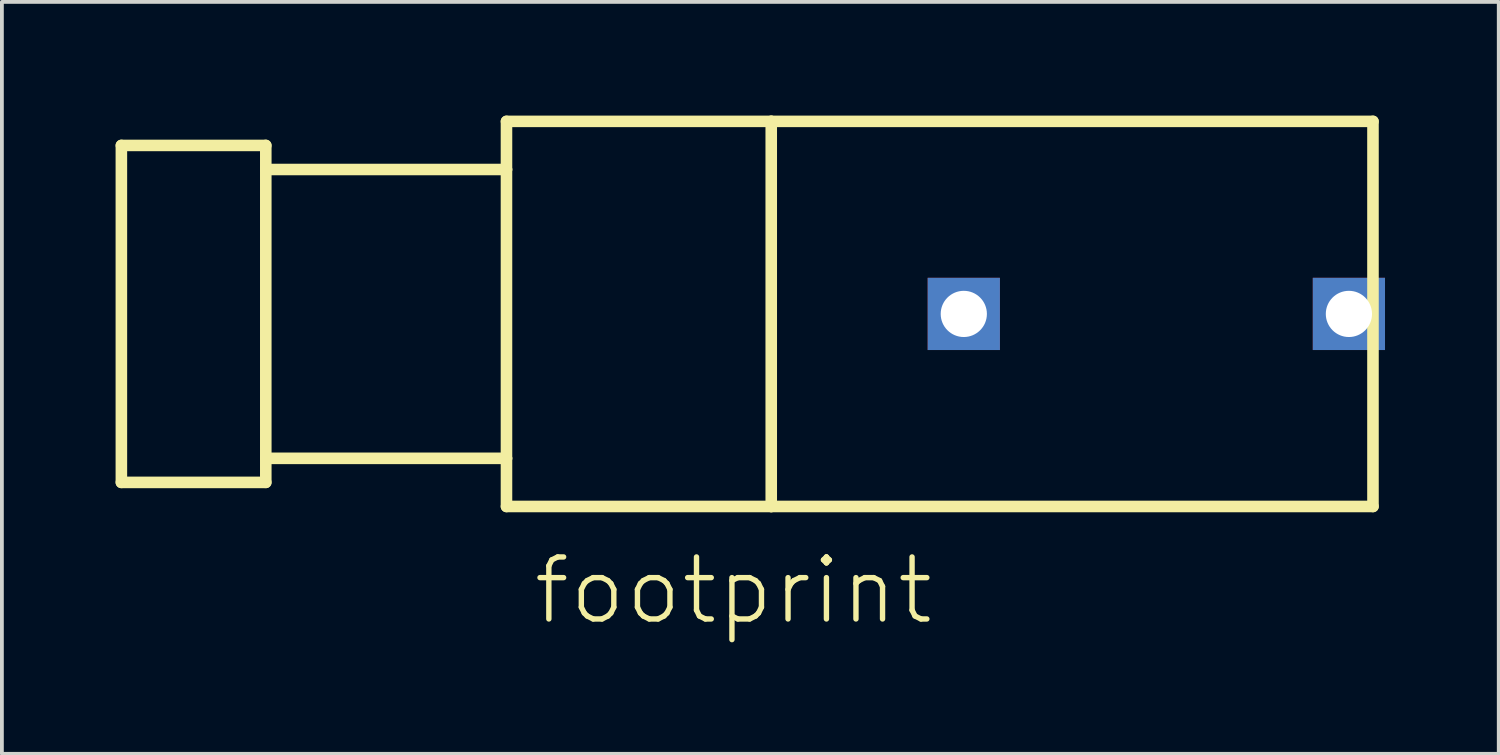
<source format=kicad_pcb>
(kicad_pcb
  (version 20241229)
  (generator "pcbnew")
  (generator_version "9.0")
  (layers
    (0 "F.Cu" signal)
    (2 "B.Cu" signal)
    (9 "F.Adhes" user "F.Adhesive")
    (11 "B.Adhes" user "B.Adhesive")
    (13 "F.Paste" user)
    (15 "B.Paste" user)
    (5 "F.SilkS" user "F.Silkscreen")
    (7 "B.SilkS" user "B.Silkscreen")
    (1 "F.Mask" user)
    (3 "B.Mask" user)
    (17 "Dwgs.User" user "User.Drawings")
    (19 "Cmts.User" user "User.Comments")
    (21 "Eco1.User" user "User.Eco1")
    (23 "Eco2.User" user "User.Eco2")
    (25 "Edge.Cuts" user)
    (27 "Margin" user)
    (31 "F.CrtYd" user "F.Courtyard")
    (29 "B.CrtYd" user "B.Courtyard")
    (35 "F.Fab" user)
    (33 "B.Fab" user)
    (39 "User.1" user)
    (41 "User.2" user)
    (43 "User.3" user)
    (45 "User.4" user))
  (footprint "footprint"
    (layer "F.Cu")
    (at 22.377 5.232)
    (property "Reference" "footprint" (at -11.43 8.255 0) (layer "F.SilkS") (effects (font (size 1.636 1.636) (thickness 0.142)) (justify left bottom)))
    (fp_line (start -22.225 -4.445) (end -22.225 4.445) (stroke (width 0.305) (type solid)) (layer "F.SilkS"))
    (fp_line (start -22.225 4.445) (end -18.415 4.445) (stroke (width 0.305) (type solid)) (layer "F.SilkS"))
    (fp_line (start -18.415 -4.445) (end -22.225 -4.445) (stroke (width 0.305) (type solid)) (layer "F.SilkS"))
    (fp_line (start -18.415 -3.81) (end -18.415 -4.445) (stroke (width 0.305) (type solid)) (layer "F.SilkS"))
    (fp_line (start -18.415 -3.81) (end -18.415 3.81) (stroke (width 0.305) (type solid)) (layer "F.SilkS"))
    (fp_line (start -18.415 -3.81) (end -12.065 -3.81) (stroke (width 0.305) (type solid)) (layer "F.SilkS"))
    (fp_line (start -18.415 3.81) (end -18.415 4.445) (stroke (width 0.305) (type solid)) (layer "F.SilkS"))
    (fp_line (start -12.065 -5.08) (end -12.065 -3.81) (stroke (width 0.305) (type solid)) (layer "F.SilkS"))
    (fp_line (start -12.065 -3.81) (end -12.065 3.81) (stroke (width 0.305) (type solid)) (layer "F.SilkS"))
    (fp_line (start -12.065 3.81) (end -18.415 3.81) (stroke (width 0.305) (type solid)) (layer "F.SilkS"))
    (fp_line (start -12.065 3.81) (end -12.065 5.08) (stroke (width 0.305) (type solid)) (layer "F.SilkS"))
    (fp_line (start -5.08 -5.08) (end -12.065 -5.08) (stroke (width 0.305) (type solid)) (layer "F.SilkS"))
    (fp_line (start -5.08 -5.08) (end -5.08 5.08) (stroke (width 0.305) (type solid)) (layer "F.SilkS"))
    (fp_line (start -5.08 5.08) (end -12.065 5.08) (stroke (width 0.305) (type solid)) (layer "F.SilkS"))
    (fp_line (start 10.795 -5.08) (end -5.08 -5.08) (stroke (width 0.305) (type solid)) (layer "F.SilkS"))
    (fp_line (start 10.795 5.08) (end -5.08 5.08) (stroke (width 0.305) (type solid)) (layer "F.SilkS"))
    (fp_line (start 10.795 5.08) (end 10.795 -5.08) (stroke (width 0.305) (type solid)) (layer "F.SilkS"))
    (pad "A" thru_hole rect (at 10.16 0) (size 1.905 1.905) (drill 1.219) (layers "*.Cu" "*.Mask"))
    (pad "B" thru_hole rect (at 0 0) (size 1.905 1.905) (drill 1.219) (layers "*.Cu" "*.Mask")))
  (gr_rect
    (start -3 -3)
    (end 36.49 16.838)
    (stroke (width 0.1) (type default))
    (fill no)
    (layer "Edge.Cuts")))
</source>
